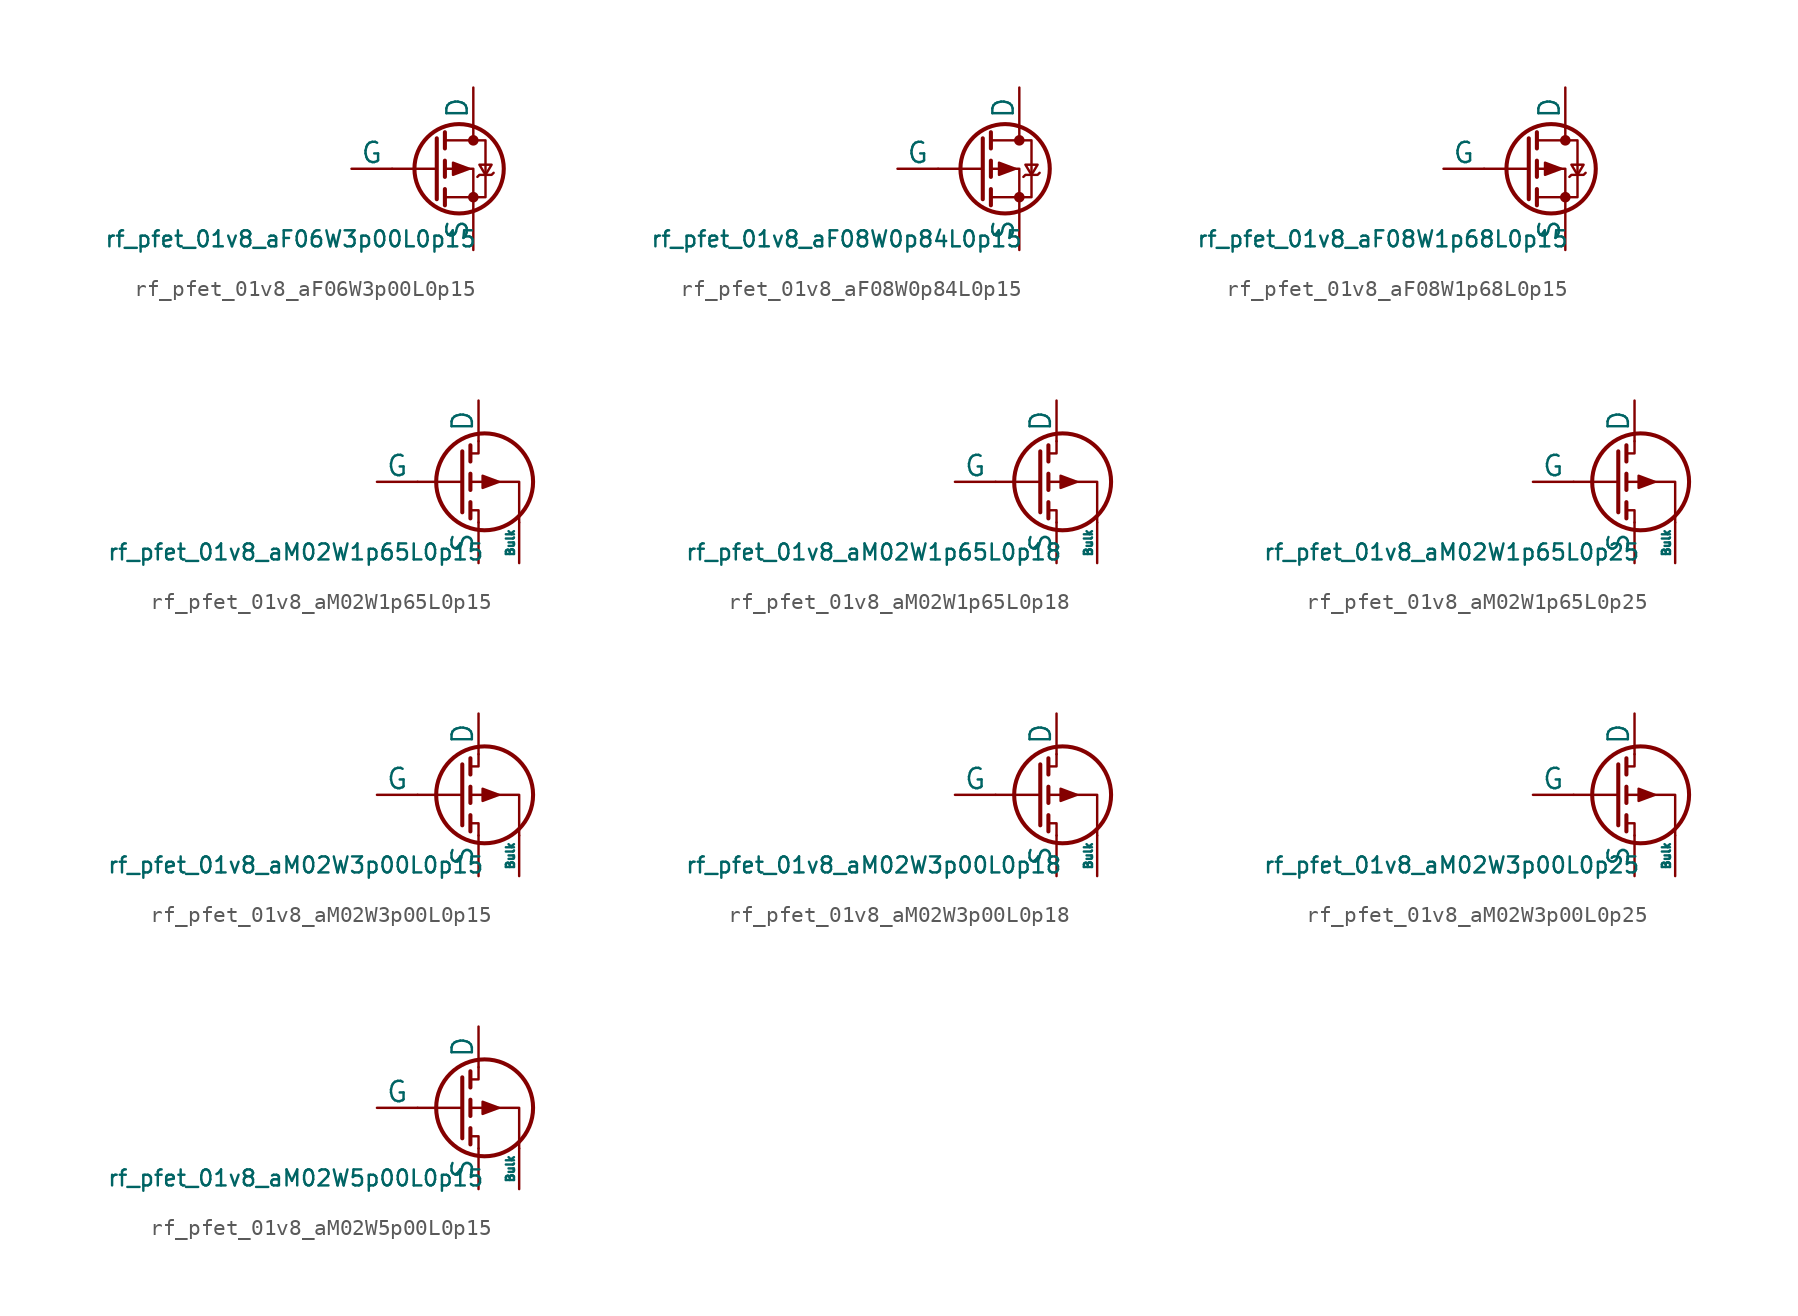
<source format=kicad_sym>
(kicad_symbol_lib
  (version 20211014)
  (generator pdk2kicad)
  (symbol "rf_pfet_01v8_aF06W3p00L0p15"
    (pin_numbers hide)
    (pin_names
      (offset 0))
    (property "Reference" "Q"
      (at 0 0 0)
      (effects (font (size 1 1)) hide))
    (property "Value" "rf_pfet_01v8_aF06W3p00L0p15"
      (at -8.89 -3.81 0)
      (effects (font (size 1 1)) (justify top)))
    (polyline
      (pts (xy 0.254 0) (xy -2.54 0))
      (stroke (width 0) (type default))
      (fill (type none)))
    (polyline
      (pts (xy 0.254 1.905) (xy 0.254 -1.905))
      (stroke (width 0.254) (type default))
      (fill (type none)))
    (polyline
      (pts (xy 0.762 -1.27) (xy 0.762 -2.286))
      (stroke (width 0.254) (type default))
      (fill (type none)))
    (polyline
      (pts (xy 0.762 0.508) (xy 0.762 -0.508))
      (stroke (width 0.254) (type default))
      (fill (type none)))
    (polyline
      (pts (xy 0.762 2.286) (xy 0.762 1.27))
      (stroke (width 0.254) (type default))
      (fill (type none)))
    (polyline
      (pts (xy 2.54 2.54) (xy 2.54 1.778))
      (stroke (width 0) (type default))
      (fill (type none)))
    (polyline
      (pts (xy 2.54 -2.54) (xy 2.54 0) (xy 0.762 0))
      (stroke (width 0) (type default))
      (fill (type none)))
    (polyline
      (pts (xy 0.762 1.778) (xy 3.302 1.778) (xy 3.302 -1.778) (xy 0.762 -1.778))
      (stroke (width 0) (type default))
      (fill (type none)))
    (polyline
      (pts (xy 2.286 0) (xy 1.27 0.381) (xy 1.27 -0.381) (xy 2.286 0))
      (stroke (width 0) (type default))
      (fill (type outline)))
    (polyline
      (pts (xy 2.794 -0.508) (xy 2.921 -0.381) (xy 3.683 -0.381) (xy 3.81 -0.254))
      (stroke (width 0) (type default))
      (fill (type none)))
    (polyline
      (pts (xy 3.302 -0.381) (xy 2.921 0.254) (xy 3.683 0.254) (xy 3.302 -0.381))
      (stroke (width 0) (type default))
      (fill (type none)))
    (circle
      (center 1.651 0)
      (radius 2.794)
      (stroke (width 0.254) (type default))
      (fill (type none)))
    (circle
      (center 2.54 -1.778)
      (radius 0.254)
      (stroke (width 0) (type default))
      (fill (type outline)))
    (circle
      (center 2.54 1.778)
      (radius 0.254)
      (stroke (width 0) (type default))
      (fill (type outline)))
    (pin passive line
      (at 2.54 5.08 270)
      (length 2.54)
      (name "D" (effects (font (size 1.27 1.27))))
      (number "1" (effects (font (size 1.27 1.27)))))
    (pin input line
      (at -5.08 0 0)
      (length 2.54)
      (name "G" (effects (font (size 1.27 1.27))))
      (number "2" (effects (font (size 1.27 1.27)))))
    (pin passive line
      (at 2.54 -5.08 90)
      (length 2.54)
      (name "S" (effects (font (size 1.27 1.27))))
      (number "3" (effects (font (size 1.27 1.27))))))
  (symbol "rf_pfet_01v8_aF08W0p84L0p15"
    (pin_numbers hide)
    (pin_names
      (offset 0))
    (property "Reference" "Q"
      (at 0 0 0)
      (effects (font (size 1 1)) hide))
    (property "Value" "rf_pfet_01v8_aF08W0p84L0p15"
      (at -8.89 -3.81 0)
      (effects (font (size 1 1)) (justify top)))
    (polyline
      (pts (xy 0.254 0) (xy -2.54 0))
      (stroke (width 0) (type default))
      (fill (type none)))
    (polyline
      (pts (xy 0.254 1.905) (xy 0.254 -1.905))
      (stroke (width 0.254) (type default))
      (fill (type none)))
    (polyline
      (pts (xy 0.762 -1.27) (xy 0.762 -2.286))
      (stroke (width 0.254) (type default))
      (fill (type none)))
    (polyline
      (pts (xy 0.762 0.508) (xy 0.762 -0.508))
      (stroke (width 0.254) (type default))
      (fill (type none)))
    (polyline
      (pts (xy 0.762 2.286) (xy 0.762 1.27))
      (stroke (width 0.254) (type default))
      (fill (type none)))
    (polyline
      (pts (xy 2.54 2.54) (xy 2.54 1.778))
      (stroke (width 0) (type default))
      (fill (type none)))
    (polyline
      (pts (xy 2.54 -2.54) (xy 2.54 0) (xy 0.762 0))
      (stroke (width 0) (type default))
      (fill (type none)))
    (polyline
      (pts (xy 0.762 1.778) (xy 3.302 1.778) (xy 3.302 -1.778) (xy 0.762 -1.778))
      (stroke (width 0) (type default))
      (fill (type none)))
    (polyline
      (pts (xy 2.286 0) (xy 1.27 0.381) (xy 1.27 -0.381) (xy 2.286 0))
      (stroke (width 0) (type default))
      (fill (type outline)))
    (polyline
      (pts (xy 2.794 -0.508) (xy 2.921 -0.381) (xy 3.683 -0.381) (xy 3.81 -0.254))
      (stroke (width 0) (type default))
      (fill (type none)))
    (polyline
      (pts (xy 3.302 -0.381) (xy 2.921 0.254) (xy 3.683 0.254) (xy 3.302 -0.381))
      (stroke (width 0) (type default))
      (fill (type none)))
    (circle
      (center 1.651 0)
      (radius 2.794)
      (stroke (width 0.254) (type default))
      (fill (type none)))
    (circle
      (center 2.54 -1.778)
      (radius 0.254)
      (stroke (width 0) (type default))
      (fill (type outline)))
    (circle
      (center 2.54 1.778)
      (radius 0.254)
      (stroke (width 0) (type default))
      (fill (type outline)))
    (pin passive line
      (at 2.54 5.08 270)
      (length 2.54)
      (name "D" (effects (font (size 1.27 1.27))))
      (number "1" (effects (font (size 1.27 1.27)))))
    (pin input line
      (at -5.08 0 0)
      (length 2.54)
      (name "G" (effects (font (size 1.27 1.27))))
      (number "2" (effects (font (size 1.27 1.27)))))
    (pin passive line
      (at 2.54 -5.08 90)
      (length 2.54)
      (name "S" (effects (font (size 1.27 1.27))))
      (number "3" (effects (font (size 1.27 1.27))))))
  (symbol "rf_pfet_01v8_aF08W1p68L0p15"
    (pin_numbers hide)
    (pin_names
      (offset 0))
    (property "Reference" "Q"
      (at 0 0 0)
      (effects (font (size 1 1)) hide))
    (property "Value" "rf_pfet_01v8_aF08W1p68L0p15"
      (at -8.89 -3.81 0)
      (effects (font (size 1 1)) (justify top)))
    (polyline
      (pts (xy 0.254 0) (xy -2.54 0))
      (stroke (width 0) (type default))
      (fill (type none)))
    (polyline
      (pts (xy 0.254 1.905) (xy 0.254 -1.905))
      (stroke (width 0.254) (type default))
      (fill (type none)))
    (polyline
      (pts (xy 0.762 -1.27) (xy 0.762 -2.286))
      (stroke (width 0.254) (type default))
      (fill (type none)))
    (polyline
      (pts (xy 0.762 0.508) (xy 0.762 -0.508))
      (stroke (width 0.254) (type default))
      (fill (type none)))
    (polyline
      (pts (xy 0.762 2.286) (xy 0.762 1.27))
      (stroke (width 0.254) (type default))
      (fill (type none)))
    (polyline
      (pts (xy 2.54 2.54) (xy 2.54 1.778))
      (stroke (width 0) (type default))
      (fill (type none)))
    (polyline
      (pts (xy 2.54 -2.54) (xy 2.54 0) (xy 0.762 0))
      (stroke (width 0) (type default))
      (fill (type none)))
    (polyline
      (pts (xy 0.762 1.778) (xy 3.302 1.778) (xy 3.302 -1.778) (xy 0.762 -1.778))
      (stroke (width 0) (type default))
      (fill (type none)))
    (polyline
      (pts (xy 2.286 0) (xy 1.27 0.381) (xy 1.27 -0.381) (xy 2.286 0))
      (stroke (width 0) (type default))
      (fill (type outline)))
    (polyline
      (pts (xy 2.794 -0.508) (xy 2.921 -0.381) (xy 3.683 -0.381) (xy 3.81 -0.254))
      (stroke (width 0) (type default))
      (fill (type none)))
    (polyline
      (pts (xy 3.302 -0.381) (xy 2.921 0.254) (xy 3.683 0.254) (xy 3.302 -0.381))
      (stroke (width 0) (type default))
      (fill (type none)))
    (circle
      (center 1.651 0)
      (radius 2.794)
      (stroke (width 0.254) (type default))
      (fill (type none)))
    (circle
      (center 2.54 -1.778)
      (radius 0.254)
      (stroke (width 0) (type default))
      (fill (type outline)))
    (circle
      (center 2.54 1.778)
      (radius 0.254)
      (stroke (width 0) (type default))
      (fill (type outline)))
    (pin passive line
      (at 2.54 5.08 270)
      (length 2.54)
      (name "D" (effects (font (size 1.27 1.27))))
      (number "1" (effects (font (size 1.27 1.27)))))
    (pin input line
      (at -5.08 0 0)
      (length 2.54)
      (name "G" (effects (font (size 1.27 1.27))))
      (number "2" (effects (font (size 1.27 1.27)))))
    (pin passive line
      (at 2.54 -5.08 90)
      (length 2.54)
      (name "S" (effects (font (size 1.27 1.27))))
      (number "3" (effects (font (size 1.27 1.27))))))
  (symbol "rf_pfet_01v8_aM02W1p65L0p15"
    (pin_numbers hide)
    (pin_names
      (offset 0))
    (property "Reference" "Q"
      (at 0 0 0)
      (effects (font (size 1 1)) hide))
    (property "Value" "rf_pfet_01v8_aM02W1p65L0p15"
      (at -8.89 -3.81 0)
      (effects (font (size 1 1)) (justify top)))
    (polyline
      (pts (xy 1.524 0) (xy -1.27 0))
      (stroke (width 0) (type default))
      (fill (type none)))
    (polyline
      (pts (xy 1.524 1.905) (xy 1.524 -1.905))
      (stroke (width 0.254) (type default))
      (fill (type none)))
    (polyline
      (pts (xy 2.032 -1.27) (xy 2.032 -2.286))
      (stroke (width 0.254) (type default))
      (fill (type none)))
    (polyline
      (pts (xy 2.032 0.508) (xy 2.032 -0.508))
      (stroke (width 0.254) (type default))
      (fill (type none)))
    (polyline
      (pts (xy 2.032 2.286) (xy 2.032 1.27))
      (stroke (width 0.254) (type default))
      (fill (type none)))
    (polyline
      (pts (xy 2.032 1.778) (xy 2.54 1.778) (xy 2.54 2.54))
      (stroke (width 0) (type default))
      (fill (type none)))
    (polyline
      (pts (xy 2.54 -2.54) (xy 2.54 -1.778) (xy 2.032 -1.778))
      (stroke (width 0) (type default))
      (fill (type none)))
    (polyline
      (pts (xy 5.08 -2.54) (xy 5.08 0) (xy 2.032 0))
      (stroke (width 0) (type default))
      (fill (type none)))
    (polyline
      (pts (xy 3.81 0) (xy 2.794 0.381) (xy 2.794 -0.381) (xy 3.81 0))
      (stroke (width 0) (type default))
      (fill (type outline)))
    (circle
      (center 2.921 0)
      (radius 3.029)
      (stroke (width 0.254) (type default))
      (fill (type none)))
    (pin passive line
      (at 2.54 5.08 270)
      (length 2.54)
      (name "D" (effects (font (size 1.27 1.27))))
      (number "2" (effects (font (size 1.27 1.27)))))
    (pin input line
      (at -3.81 0 0)
      (length 2.54)
      (name "G" (effects (font (size 1.27 1.27))))
      (number "3" (effects (font (size 1.27 1.27)))))
    (pin passive line
      (at 2.54 -5.08 90)
      (length 2.54)
      (name "S" (effects (font (size 1.27 1.27))))
      (number "4" (effects (font (size 1.27 1.27)))))
    (pin input line
      (at 5.08 -5.08 90)
      (length 2.54)
      (name "Bulk" (effects (font (size 0.508 0.508))))
      (number "1" (effects (font (size 1.27 1.27))))))
  (symbol "rf_pfet_01v8_aM02W1p65L0p18"
    (pin_numbers hide)
    (pin_names
      (offset 0))
    (property "Reference" "Q"
      (at 0 0 0)
      (effects (font (size 1 1)) hide))
    (property "Value" "rf_pfet_01v8_aM02W1p65L0p18"
      (at -8.89 -3.81 0)
      (effects (font (size 1 1)) (justify top)))
    (polyline
      (pts (xy 1.524 0) (xy -1.27 0))
      (stroke (width 0) (type default))
      (fill (type none)))
    (polyline
      (pts (xy 1.524 1.905) (xy 1.524 -1.905))
      (stroke (width 0.254) (type default))
      (fill (type none)))
    (polyline
      (pts (xy 2.032 -1.27) (xy 2.032 -2.286))
      (stroke (width 0.254) (type default))
      (fill (type none)))
    (polyline
      (pts (xy 2.032 0.508) (xy 2.032 -0.508))
      (stroke (width 0.254) (type default))
      (fill (type none)))
    (polyline
      (pts (xy 2.032 2.286) (xy 2.032 1.27))
      (stroke (width 0.254) (type default))
      (fill (type none)))
    (polyline
      (pts (xy 2.032 1.778) (xy 2.54 1.778) (xy 2.54 2.54))
      (stroke (width 0) (type default))
      (fill (type none)))
    (polyline
      (pts (xy 2.54 -2.54) (xy 2.54 -1.778) (xy 2.032 -1.778))
      (stroke (width 0) (type default))
      (fill (type none)))
    (polyline
      (pts (xy 5.08 -2.54) (xy 5.08 0) (xy 2.032 0))
      (stroke (width 0) (type default))
      (fill (type none)))
    (polyline
      (pts (xy 3.81 0) (xy 2.794 0.381) (xy 2.794 -0.381) (xy 3.81 0))
      (stroke (width 0) (type default))
      (fill (type outline)))
    (circle
      (center 2.921 0)
      (radius 3.029)
      (stroke (width 0.254) (type default))
      (fill (type none)))
    (pin passive line
      (at 2.54 5.08 270)
      (length 2.54)
      (name "D" (effects (font (size 1.27 1.27))))
      (number "2" (effects (font (size 1.27 1.27)))))
    (pin input line
      (at -3.81 0 0)
      (length 2.54)
      (name "G" (effects (font (size 1.27 1.27))))
      (number "3" (effects (font (size 1.27 1.27)))))
    (pin passive line
      (at 2.54 -5.08 90)
      (length 2.54)
      (name "S" (effects (font (size 1.27 1.27))))
      (number "4" (effects (font (size 1.27 1.27)))))
    (pin input line
      (at 5.08 -5.08 90)
      (length 2.54)
      (name "Bulk" (effects (font (size 0.508 0.508))))
      (number "1" (effects (font (size 1.27 1.27))))))
  (symbol "rf_pfet_01v8_aM02W1p65L0p25"
    (pin_numbers hide)
    (pin_names
      (offset 0))
    (property "Reference" "Q"
      (at 0 0 0)
      (effects (font (size 1 1)) hide))
    (property "Value" "rf_pfet_01v8_aM02W1p65L0p25"
      (at -8.89 -3.81 0)
      (effects (font (size 1 1)) (justify top)))
    (polyline
      (pts (xy 1.524 0) (xy -1.27 0))
      (stroke (width 0) (type default))
      (fill (type none)))
    (polyline
      (pts (xy 1.524 1.905) (xy 1.524 -1.905))
      (stroke (width 0.254) (type default))
      (fill (type none)))
    (polyline
      (pts (xy 2.032 -1.27) (xy 2.032 -2.286))
      (stroke (width 0.254) (type default))
      (fill (type none)))
    (polyline
      (pts (xy 2.032 0.508) (xy 2.032 -0.508))
      (stroke (width 0.254) (type default))
      (fill (type none)))
    (polyline
      (pts (xy 2.032 2.286) (xy 2.032 1.27))
      (stroke (width 0.254) (type default))
      (fill (type none)))
    (polyline
      (pts (xy 2.032 1.778) (xy 2.54 1.778) (xy 2.54 2.54))
      (stroke (width 0) (type default))
      (fill (type none)))
    (polyline
      (pts (xy 2.54 -2.54) (xy 2.54 -1.778) (xy 2.032 -1.778))
      (stroke (width 0) (type default))
      (fill (type none)))
    (polyline
      (pts (xy 5.08 -2.54) (xy 5.08 0) (xy 2.032 0))
      (stroke (width 0) (type default))
      (fill (type none)))
    (polyline
      (pts (xy 3.81 0) (xy 2.794 0.381) (xy 2.794 -0.381) (xy 3.81 0))
      (stroke (width 0) (type default))
      (fill (type outline)))
    (circle
      (center 2.921 0)
      (radius 3.029)
      (stroke (width 0.254) (type default))
      (fill (type none)))
    (pin passive line
      (at 2.54 5.08 270)
      (length 2.54)
      (name "D" (effects (font (size 1.27 1.27))))
      (number "2" (effects (font (size 1.27 1.27)))))
    (pin input line
      (at -3.81 0 0)
      (length 2.54)
      (name "G" (effects (font (size 1.27 1.27))))
      (number "3" (effects (font (size 1.27 1.27)))))
    (pin passive line
      (at 2.54 -5.08 90)
      (length 2.54)
      (name "S" (effects (font (size 1.27 1.27))))
      (number "4" (effects (font (size 1.27 1.27)))))
    (pin input line
      (at 5.08 -5.08 90)
      (length 2.54)
      (name "Bulk" (effects (font (size 0.508 0.508))))
      (number "1" (effects (font (size 1.27 1.27))))))
  (symbol "rf_pfet_01v8_aM02W3p00L0p15"
    (pin_numbers hide)
    (pin_names
      (offset 0))
    (property "Reference" "Q"
      (at 0 0 0)
      (effects (font (size 1 1)) hide))
    (property "Value" "rf_pfet_01v8_aM02W3p00L0p15"
      (at -8.89 -3.81 0)
      (effects (font (size 1 1)) (justify top)))
    (polyline
      (pts (xy 1.524 0) (xy -1.27 0))
      (stroke (width 0) (type default))
      (fill (type none)))
    (polyline
      (pts (xy 1.524 1.905) (xy 1.524 -1.905))
      (stroke (width 0.254) (type default))
      (fill (type none)))
    (polyline
      (pts (xy 2.032 -1.27) (xy 2.032 -2.286))
      (stroke (width 0.254) (type default))
      (fill (type none)))
    (polyline
      (pts (xy 2.032 0.508) (xy 2.032 -0.508))
      (stroke (width 0.254) (type default))
      (fill (type none)))
    (polyline
      (pts (xy 2.032 2.286) (xy 2.032 1.27))
      (stroke (width 0.254) (type default))
      (fill (type none)))
    (polyline
      (pts (xy 2.032 1.778) (xy 2.54 1.778) (xy 2.54 2.54))
      (stroke (width 0) (type default))
      (fill (type none)))
    (polyline
      (pts (xy 2.54 -2.54) (xy 2.54 -1.778) (xy 2.032 -1.778))
      (stroke (width 0) (type default))
      (fill (type none)))
    (polyline
      (pts (xy 5.08 -2.54) (xy 5.08 0) (xy 2.032 0))
      (stroke (width 0) (type default))
      (fill (type none)))
    (polyline
      (pts (xy 3.81 0) (xy 2.794 0.381) (xy 2.794 -0.381) (xy 3.81 0))
      (stroke (width 0) (type default))
      (fill (type outline)))
    (circle
      (center 2.921 0)
      (radius 3.029)
      (stroke (width 0.254) (type default))
      (fill (type none)))
    (pin passive line
      (at 2.54 5.08 270)
      (length 2.54)
      (name "D" (effects (font (size 1.27 1.27))))
      (number "2" (effects (font (size 1.27 1.27)))))
    (pin input line
      (at -3.81 0 0)
      (length 2.54)
      (name "G" (effects (font (size 1.27 1.27))))
      (number "3" (effects (font (size 1.27 1.27)))))
    (pin passive line
      (at 2.54 -5.08 90)
      (length 2.54)
      (name "S" (effects (font (size 1.27 1.27))))
      (number "4" (effects (font (size 1.27 1.27)))))
    (pin input line
      (at 5.08 -5.08 90)
      (length 2.54)
      (name "Bulk" (effects (font (size 0.508 0.508))))
      (number "1" (effects (font (size 1.27 1.27))))))
  (symbol "rf_pfet_01v8_aM02W3p00L0p18"
    (pin_numbers hide)
    (pin_names
      (offset 0))
    (property "Reference" "Q"
      (at 0 0 0)
      (effects (font (size 1 1)) hide))
    (property "Value" "rf_pfet_01v8_aM02W3p00L0p18"
      (at -8.89 -3.81 0)
      (effects (font (size 1 1)) (justify top)))
    (polyline
      (pts (xy 1.524 0) (xy -1.27 0))
      (stroke (width 0) (type default))
      (fill (type none)))
    (polyline
      (pts (xy 1.524 1.905) (xy 1.524 -1.905))
      (stroke (width 0.254) (type default))
      (fill (type none)))
    (polyline
      (pts (xy 2.032 -1.27) (xy 2.032 -2.286))
      (stroke (width 0.254) (type default))
      (fill (type none)))
    (polyline
      (pts (xy 2.032 0.508) (xy 2.032 -0.508))
      (stroke (width 0.254) (type default))
      (fill (type none)))
    (polyline
      (pts (xy 2.032 2.286) (xy 2.032 1.27))
      (stroke (width 0.254) (type default))
      (fill (type none)))
    (polyline
      (pts (xy 2.032 1.778) (xy 2.54 1.778) (xy 2.54 2.54))
      (stroke (width 0) (type default))
      (fill (type none)))
    (polyline
      (pts (xy 2.54 -2.54) (xy 2.54 -1.778) (xy 2.032 -1.778))
      (stroke (width 0) (type default))
      (fill (type none)))
    (polyline
      (pts (xy 5.08 -2.54) (xy 5.08 0) (xy 2.032 0))
      (stroke (width 0) (type default))
      (fill (type none)))
    (polyline
      (pts (xy 3.81 0) (xy 2.794 0.381) (xy 2.794 -0.381) (xy 3.81 0))
      (stroke (width 0) (type default))
      (fill (type outline)))
    (circle
      (center 2.921 0)
      (radius 3.029)
      (stroke (width 0.254) (type default))
      (fill (type none)))
    (pin passive line
      (at 2.54 5.08 270)
      (length 2.54)
      (name "D" (effects (font (size 1.27 1.27))))
      (number "2" (effects (font (size 1.27 1.27)))))
    (pin input line
      (at -3.81 0 0)
      (length 2.54)
      (name "G" (effects (font (size 1.27 1.27))))
      (number "3" (effects (font (size 1.27 1.27)))))
    (pin passive line
      (at 2.54 -5.08 90)
      (length 2.54)
      (name "S" (effects (font (size 1.27 1.27))))
      (number "4" (effects (font (size 1.27 1.27)))))
    (pin input line
      (at 5.08 -5.08 90)
      (length 2.54)
      (name "Bulk" (effects (font (size 0.508 0.508))))
      (number "1" (effects (font (size 1.27 1.27))))))
  (symbol "rf_pfet_01v8_aM02W3p00L0p25"
    (pin_numbers hide)
    (pin_names
      (offset 0))
    (property "Reference" "Q"
      (at 0 0 0)
      (effects (font (size 1 1)) hide))
    (property "Value" "rf_pfet_01v8_aM02W3p00L0p25"
      (at -8.89 -3.81 0)
      (effects (font (size 1 1)) (justify top)))
    (polyline
      (pts (xy 1.524 0) (xy -1.27 0))
      (stroke (width 0) (type default))
      (fill (type none)))
    (polyline
      (pts (xy 1.524 1.905) (xy 1.524 -1.905))
      (stroke (width 0.254) (type default))
      (fill (type none)))
    (polyline
      (pts (xy 2.032 -1.27) (xy 2.032 -2.286))
      (stroke (width 0.254) (type default))
      (fill (type none)))
    (polyline
      (pts (xy 2.032 0.508) (xy 2.032 -0.508))
      (stroke (width 0.254) (type default))
      (fill (type none)))
    (polyline
      (pts (xy 2.032 2.286) (xy 2.032 1.27))
      (stroke (width 0.254) (type default))
      (fill (type none)))
    (polyline
      (pts (xy 2.032 1.778) (xy 2.54 1.778) (xy 2.54 2.54))
      (stroke (width 0) (type default))
      (fill (type none)))
    (polyline
      (pts (xy 2.54 -2.54) (xy 2.54 -1.778) (xy 2.032 -1.778))
      (stroke (width 0) (type default))
      (fill (type none)))
    (polyline
      (pts (xy 5.08 -2.54) (xy 5.08 0) (xy 2.032 0))
      (stroke (width 0) (type default))
      (fill (type none)))
    (polyline
      (pts (xy 3.81 0) (xy 2.794 0.381) (xy 2.794 -0.381) (xy 3.81 0))
      (stroke (width 0) (type default))
      (fill (type outline)))
    (circle
      (center 2.921 0)
      (radius 3.029)
      (stroke (width 0.254) (type default))
      (fill (type none)))
    (pin passive line
      (at 2.54 5.08 270)
      (length 2.54)
      (name "D" (effects (font (size 1.27 1.27))))
      (number "2" (effects (font (size 1.27 1.27)))))
    (pin input line
      (at -3.81 0 0)
      (length 2.54)
      (name "G" (effects (font (size 1.27 1.27))))
      (number "3" (effects (font (size 1.27 1.27)))))
    (pin passive line
      (at 2.54 -5.08 90)
      (length 2.54)
      (name "S" (effects (font (size 1.27 1.27))))
      (number "4" (effects (font (size 1.27 1.27)))))
    (pin input line
      (at 5.08 -5.08 90)
      (length 2.54)
      (name "Bulk" (effects (font (size 0.508 0.508))))
      (number "1" (effects (font (size 1.27 1.27))))))
  (symbol "rf_pfet_01v8_aM02W5p00L0p15"
    (pin_numbers hide)
    (pin_names
      (offset 0))
    (property "Reference" "Q"
      (at 0 0 0)
      (effects (font (size 1 1)) hide))
    (property "Value" "rf_pfet_01v8_aM02W5p00L0p15"
      (at -8.89 -3.81 0)
      (effects (font (size 1 1)) (justify top)))
    (polyline
      (pts (xy 1.524 0) (xy -1.27 0))
      (stroke (width 0) (type default))
      (fill (type none)))
    (polyline
      (pts (xy 1.524 1.905) (xy 1.524 -1.905))
      (stroke (width 0.254) (type default))
      (fill (type none)))
    (polyline
      (pts (xy 2.032 -1.27) (xy 2.032 -2.286))
      (stroke (width 0.254) (type default))
      (fill (type none)))
    (polyline
      (pts (xy 2.032 0.508) (xy 2.032 -0.508))
      (stroke (width 0.254) (type default))
      (fill (type none)))
    (polyline
      (pts (xy 2.032 2.286) (xy 2.032 1.27))
      (stroke (width 0.254) (type default))
      (fill (type none)))
    (polyline
      (pts (xy 2.032 1.778) (xy 2.54 1.778) (xy 2.54 2.54))
      (stroke (width 0) (type default))
      (fill (type none)))
    (polyline
      (pts (xy 2.54 -2.54) (xy 2.54 -1.778) (xy 2.032 -1.778))
      (stroke (width 0) (type default))
      (fill (type none)))
    (polyline
      (pts (xy 5.08 -2.54) (xy 5.08 0) (xy 2.032 0))
      (stroke (width 0) (type default))
      (fill (type none)))
    (polyline
      (pts (xy 3.81 0) (xy 2.794 0.381) (xy 2.794 -0.381) (xy 3.81 0))
      (stroke (width 0) (type default))
      (fill (type outline)))
    (circle
      (center 2.921 0)
      (radius 3.029)
      (stroke (width 0.254) (type default))
      (fill (type none)))
    (pin passive line
      (at 2.54 5.08 270)
      (length 2.54)
      (name "D" (effects (font (size 1.27 1.27))))
      (number "2" (effects (font (size 1.27 1.27)))))
    (pin input line
      (at -3.81 0 0)
      (length 2.54)
      (name "G" (effects (font (size 1.27 1.27))))
      (number "3" (effects (font (size 1.27 1.27)))))
    (pin passive line
      (at 2.54 -5.08 90)
      (length 2.54)
      (name "S" (effects (font (size 1.27 1.27))))
      (number "4" (effects (font (size 1.27 1.27)))))
    (pin input line
      (at 5.08 -5.08 90)
      (length 2.54)
      (name "Bulk" (effects (font (size 0.508 0.508))))
      (number "1" (effects (font (size 1.27 1.27)))))))
</source>
